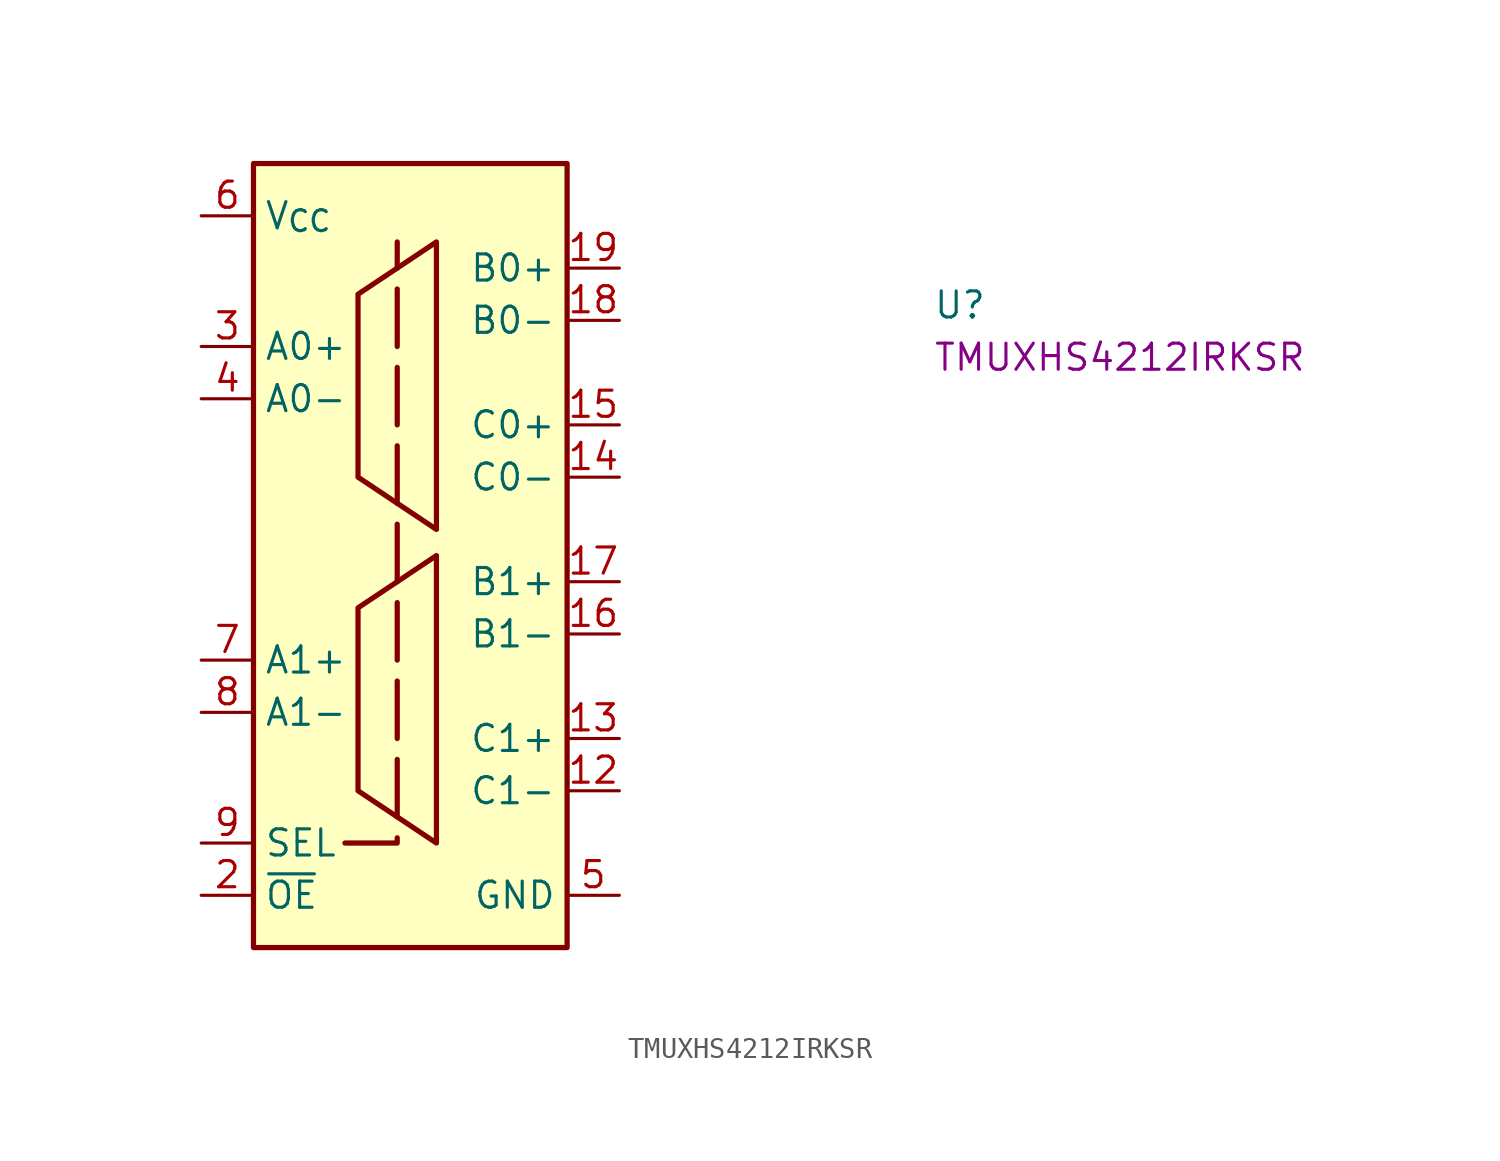
<source format=kicad_sym>
(kicad_symbol_lib
  (version 20220914)
  (generator kicad_symbol_editor)
  (symbol "TMUXHS4212IRKSR"
    (property "Reference" "U"
      (at 35.56 -5.08 0)
      (effects (font (size 1.27 1.27) (thickness 0.15)) (justify left bottom)))
    (property "MPN" "TMUXHS4212IRKSR"
      (at 35.56 -7.62 0)
      (effects (font (size 1.27 1.27) (thickness 0.15)) (justify left bottom)))
    (symbol "TMUXHS4212IRKSR_1_1"
      (polyline (pts (xy 6.985 -30.48) (xy 9.525 -30.48) (xy 9.525 -1.27)) (stroke (width 0.254) (type dash)) (fill (type background)))
      (polyline (pts (xy 11.43 -16.51) (xy 11.43 -30.48) (xy 7.62 -27.94) (xy 7.62 -19.05) (xy 11.43 -16.51)) (stroke (width 0.254) (type default)) (fill (type background)))
      (polyline (pts (xy 11.43 -1.27) (xy 11.43 -15.24) (xy 7.62 -12.7) (xy 7.62 -3.81) (xy 11.43 -1.27)) (stroke (width 0.254) (type default)) (fill (type background)))
      (rectangle (start 2.54 2.54) (end 17.78 -35.56) (stroke (width 0.254) (type default)) (fill (type background)))
      (pin no_connect line (at 2.54 -16.51 0) (length 2.54) hide (name "NC" (effects (font (size 1.27 1.27)))) (number "1" (effects (font (size 1.27 1.27)))))
      (pin no_connect line (at 2.54 -13.97 0) (length 2.54) hide (name "NC" (effects (font (size 1.27 1.27)))) (number "10" (effects (font (size 1.27 1.27)))))
      (pin passive line (at 20.32 -33.02 180) (length 2.54) hide (name "GND" (effects (font (size 1.27 1.27)))) (number "11" (effects (font (size 1.27 1.27)))))
      (pin bidirectional line (at 20.32 -27.94 180) (length 2.54) (name "C1-" (effects (font (size 1.27 1.27)))) (number "12" (effects (font (size 1.27 1.27)))))
      (pin bidirectional line (at 20.32 -25.4 180) (length 2.54) (name "C1+" (effects (font (size 1.27 1.27)))) (number "13" (effects (font (size 1.27 1.27)))))
      (pin bidirectional line (at 20.32 -12.7 180) (length 2.54) (name "C0-" (effects (font (size 1.27 1.27)))) (number "14" (effects (font (size 1.27 1.27)))))
      (pin bidirectional line (at 20.32 -10.16 180) (length 2.54) (name "C0+" (effects (font (size 1.27 1.27)))) (number "15" (effects (font (size 1.27 1.27)))))
      (pin bidirectional line (at 20.32 -20.32 180) (length 2.54) (name "B1-" (effects (font (size 1.27 1.27)))) (number "16" (effects (font (size 1.27 1.27)))))
      (pin bidirectional line (at 20.32 -17.78 180) (length 2.54) (name "B1+" (effects (font (size 1.27 1.27)))) (number "17" (effects (font (size 1.27 1.27)))))
      (pin bidirectional line (at 20.32 -5.08 180) (length 2.54) (name "B0-" (effects (font (size 1.27 1.27)))) (number "18" (effects (font (size 1.27 1.27)))))
      (pin bidirectional line (at 20.32 -2.54 180) (length 2.54) (name "B0+" (effects (font (size 1.27 1.27)))) (number "19" (effects (font (size 1.27 1.27)))))
      (pin input line (at 0 -33.02 0) (length 2.54) (name "~{OE}" (effects (font (size 1.27 1.27)))) (number "2" (effects (font (size 1.27 1.27)))))
      (pin passive line (at 20.32 -33.02 180) (length 2.54) hide (name "GND" (effects (font (size 1.27 1.27)))) (number "20" (effects (font (size 1.27 1.27)))))
      (pin passive line (at 20.32 -33.02 180) (length 2.54) hide (name "GND" (effects (font (size 1.27 1.27)))) (number "21" (effects (font (size 1.27 1.27)))))
      (pin bidirectional line (at 0 -6.35 0) (length 2.54) (name "A0+" (effects (font (size 1.27 1.27)))) (number "3" (effects (font (size 1.27 1.27)))))
      (pin bidirectional line (at 0 -8.89 0) (length 2.54) (name "A0-" (effects (font (size 1.27 1.27)))) (number "4" (effects (font (size 1.27 1.27)))))
      (pin power_in line (at 20.32 -33.02 180) (length 2.54) (name "GND" (effects (font (size 1.27 1.27)))) (number "5" (effects (font (size 1.27 1.27)))))
      (pin power_in line (at 0 0 0) (length 2.54) (name "V_{CC}" (effects (font (size 1.27 1.27)))) (number "6" (effects (font (size 1.27 1.27)))))
      (pin bidirectional line (at 0 -21.59 0) (length 2.54) (name "A1+" (effects (font (size 1.27 1.27)))) (number "7" (effects (font (size 1.27 1.27)))))
      (pin bidirectional line (at 0 -24.13 0) (length 2.54) (name "A1-" (effects (font (size 1.27 1.27)))) (number "8" (effects (font (size 1.27 1.27)))))
      (pin input line (at 0 -30.48 0) (length 2.54) (name "SEL" (effects (font (size 1.27 1.27)))) (number "9" (effects (font (size 1.27 1.27))))))))
</source>
